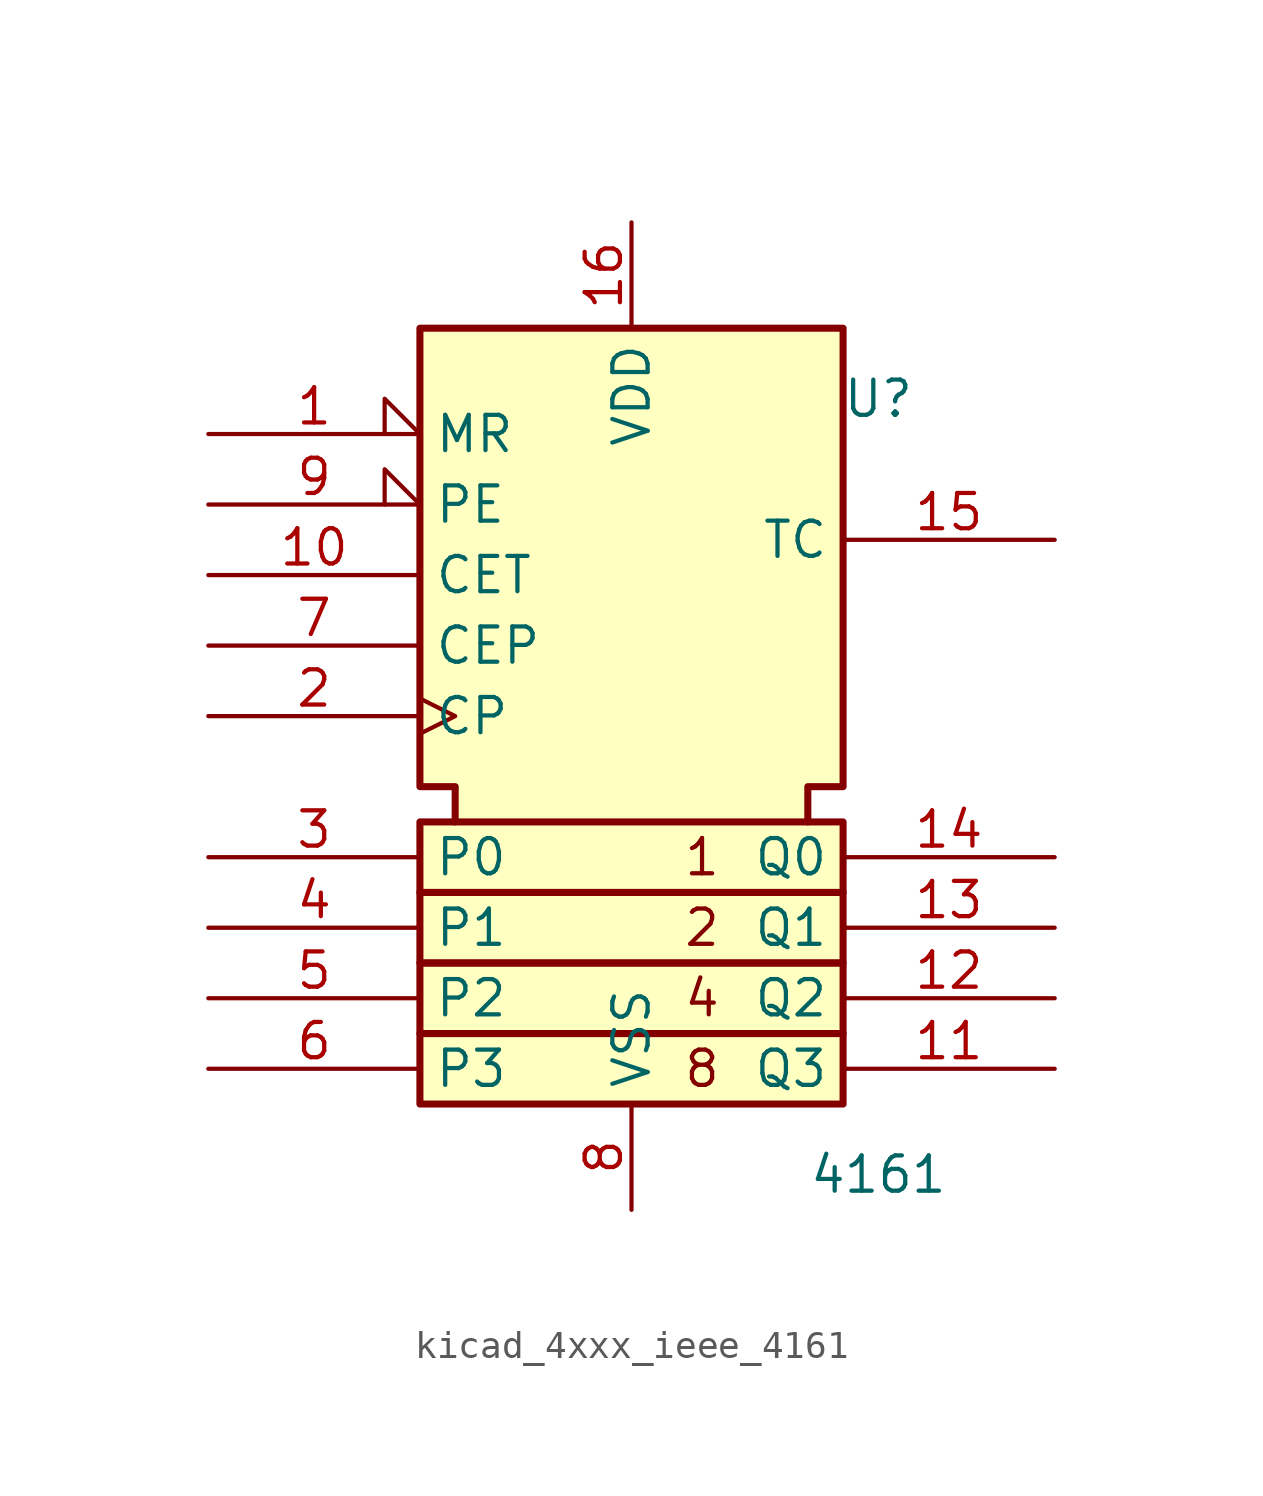
<source format=kicad_sym>
(kicad_symbol_lib
  (version 20220914)
  (generator kicad_symbol_editor)
  (symbol "kicad_4xxx_ieee_4161"
    (property "Reference" "U"
      (at 8.89 8.89 0)
      (effects (font (size 1.27 1.27))))
    (property "Value" "4161"
      (at 8.89 -19.05 0)
      (effects (font (size 1.27 1.27))))
    (symbol "kicad_4xxx_ieee_4161_0_0"
      (rectangle (start -7.62 -13.97) (end 7.62 -16.51) (stroke (width 0.254) (type default)) (fill (type background)))
      (rectangle (start -7.62 -11.43) (end 7.62 -13.97) (stroke (width 0.254) (type default)) (fill (type background)))
      (rectangle (start -7.62 -8.89) (end 7.62 -11.43) (stroke (width 0.254) (type default)) (fill (type background)))
      (rectangle (start -7.62 -6.35) (end 7.62 -8.89) (stroke (width 0.254) (type default)) (fill (type background)))
      (polyline (pts (xy -6.35 -6.35) (xy -6.35 -5.08) (xy -7.62 -5.08) (xy -7.62 11.43) (xy 7.62 11.43) (xy 7.62 -5.08) (xy 6.35 -5.08) (xy 6.35 -6.35) (xy 6.35 -6.35)) (stroke (width 0.254) (type default)) (fill (type background)))
      (text "1" (at 2.54 -7.62 0) (effects (font (size 1.27 1.27))))
      (text "2" (at 2.54 -10.16 0) (effects (font (size 1.27 1.27))))
      (text "4" (at 2.54 -12.7 0) (effects (font (size 1.27 1.27))))
      (text "8" (at 2.54 -15.24 0) (effects (font (size 1.27 1.27)))))
    (symbol "kicad_4xxx_ieee_4161_1_1"
      (pin input input_low (at -15.24 7.62 0) (length 7.62) (name "MR" (effects (font (size 1.27 1.27)))) (number "1" (effects (font (size 1.27 1.27)))))
      (pin input line (at -15.24 2.54 0) (length 7.62) (name "CET" (effects (font (size 1.27 1.27)))) (number "10" (effects (font (size 1.27 1.27)))))
      (pin output line (at 15.24 -15.24 180) (length 7.62) (name "Q3" (effects (font (size 1.27 1.27)))) (number "11" (effects (font (size 1.27 1.27)))))
      (pin output line (at 15.24 -12.7 180) (length 7.62) (name "Q2" (effects (font (size 1.27 1.27)))) (number "12" (effects (font (size 1.27 1.27)))))
      (pin output line (at 15.24 -10.16 180) (length 7.62) (name "Q1" (effects (font (size 1.27 1.27)))) (number "13" (effects (font (size 1.27 1.27)))))
      (pin output line (at 15.24 -7.62 180) (length 7.62) (name "Q0" (effects (font (size 1.27 1.27)))) (number "14" (effects (font (size 1.27 1.27)))))
      (pin output line (at 15.24 3.81 180) (length 7.62) (name "TC" (effects (font (size 1.27 1.27)))) (number "15" (effects (font (size 1.27 1.27)))))
      (pin power_in line (at 0 15.24 270) (length 3.81) (name "VDD" (effects (font (size 1.27 1.27)))) (number "16" (effects (font (size 1.27 1.27)))))
      (pin input clock (at -15.24 -2.54 0) (length 7.62) (name "CP" (effects (font (size 1.27 1.27)))) (number "2" (effects (font (size 1.27 1.27)))))
      (pin input line (at -15.24 -7.62 0) (length 7.62) (name "P0" (effects (font (size 1.27 1.27)))) (number "3" (effects (font (size 1.27 1.27)))))
      (pin input line (at -15.24 -10.16 0) (length 7.62) (name "P1" (effects (font (size 1.27 1.27)))) (number "4" (effects (font (size 1.27 1.27)))))
      (pin input line (at -15.24 -12.7 0) (length 7.62) (name "P2" (effects (font (size 1.27 1.27)))) (number "5" (effects (font (size 1.27 1.27)))))
      (pin input line (at -15.24 -15.24 0) (length 7.62) (name "P3" (effects (font (size 1.27 1.27)))) (number "6" (effects (font (size 1.27 1.27)))))
      (pin input line (at -15.24 0 0) (length 7.62) (name "CEP" (effects (font (size 1.27 1.27)))) (number "7" (effects (font (size 1.27 1.27)))))
      (pin power_in line (at 0 -20.32 90) (length 3.81) (name "VSS" (effects (font (size 1.27 1.27)))) (number "8" (effects (font (size 1.27 1.27)))))
      (pin input input_low (at -15.24 5.08 0) (length 7.62) (name "PE" (effects (font (size 1.27 1.27)))) (number "9" (effects (font (size 1.27 1.27))))))))
</source>
